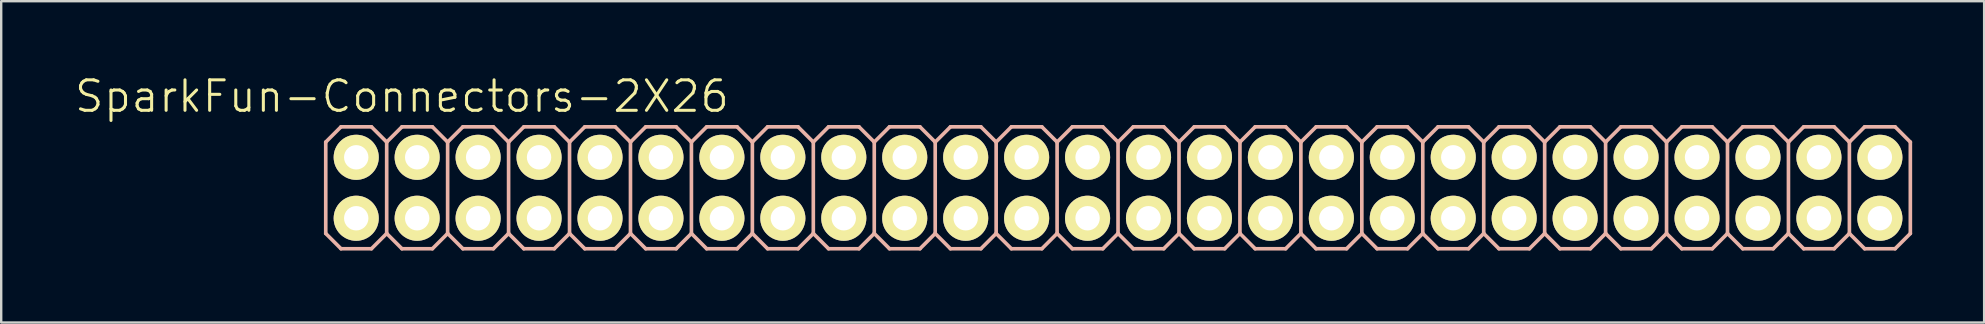
<source format=kicad_pcb>
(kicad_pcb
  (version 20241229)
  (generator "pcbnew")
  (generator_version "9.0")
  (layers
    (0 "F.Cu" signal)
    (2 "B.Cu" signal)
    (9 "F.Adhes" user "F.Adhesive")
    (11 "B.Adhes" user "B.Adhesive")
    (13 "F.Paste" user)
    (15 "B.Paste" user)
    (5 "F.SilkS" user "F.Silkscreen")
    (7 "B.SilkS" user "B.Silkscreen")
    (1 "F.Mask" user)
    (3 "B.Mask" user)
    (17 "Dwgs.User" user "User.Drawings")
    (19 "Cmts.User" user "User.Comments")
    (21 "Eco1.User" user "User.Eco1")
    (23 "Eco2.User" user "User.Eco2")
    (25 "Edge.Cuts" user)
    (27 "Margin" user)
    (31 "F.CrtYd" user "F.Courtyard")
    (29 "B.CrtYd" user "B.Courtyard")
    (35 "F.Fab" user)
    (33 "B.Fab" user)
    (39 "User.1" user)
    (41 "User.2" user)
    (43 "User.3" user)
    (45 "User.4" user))
  (footprint "SparkFun-Connectors-2X26"
    (layer "F.Cu")
    (at 23.226 4.776)
    (property "Reference" "SparkFun-Connectors-2X26" (at -9.525 -3.81 0) (layer "F.SilkS") (effects (font (size 1.27 1.27) (thickness 0.127))))
    (attr exclude_from_pos_files exclude_from_bom)
    (fp_line (start -11.684 -1.524) (end -11.176 -1.524) (stroke (width 0.066) (type solid)) (layer "F.SilkS"))
    (fp_line (start -11.684 -1.016) (end -11.684 -1.524) (stroke (width 0.066) (type solid)) (layer "F.SilkS"))
    (fp_line (start -11.684 -1.016) (end -11.176 -1.016) (stroke (width 0.066) (type solid)) (layer "F.SilkS"))
    (fp_line (start -11.684 1.016) (end -11.176 1.016) (stroke (width 0.066) (type solid)) (layer "F.SilkS"))
    (fp_line (start -11.684 1.524) (end -11.684 1.016) (stroke (width 0.066) (type solid)) (layer "F.SilkS"))
    (fp_line (start -11.684 1.524) (end -11.176 1.524) (stroke (width 0.066) (type solid)) (layer "F.SilkS"))
    (fp_line (start -11.176 -1.016) (end -11.176 -1.524) (stroke (width 0.066) (type solid)) (layer "F.SilkS"))
    (fp_line (start -11.176 1.524) (end -11.176 1.016) (stroke (width 0.066) (type solid)) (layer "F.SilkS"))
    (fp_line (start -9.144 -1.524) (end -8.636 -1.524) (stroke (width 0.066) (type solid)) (layer "F.SilkS"))
    (fp_line (start -9.144 -1.016) (end -9.144 -1.524) (stroke (width 0.066) (type solid)) (layer "F.SilkS"))
    (fp_line (start -9.144 -1.016) (end -8.636 -1.016) (stroke (width 0.066) (type solid)) (layer "F.SilkS"))
    (fp_line (start -9.144 1.016) (end -8.636 1.016) (stroke (width 0.066) (type solid)) (layer "F.SilkS"))
    (fp_line (start -9.144 1.524) (end -9.144 1.016) (stroke (width 0.066) (type solid)) (layer "F.SilkS"))
    (fp_line (start -9.144 1.524) (end -8.636 1.524) (stroke (width 0.066) (type solid)) (layer "F.SilkS"))
    (fp_line (start -8.636 -1.016) (end -8.636 -1.524) (stroke (width 0.066) (type solid)) (layer "F.SilkS"))
    (fp_line (start -8.636 1.524) (end -8.636 1.016) (stroke (width 0.066) (type solid)) (layer "F.SilkS"))
    (fp_line (start -6.604 -1.524) (end -6.096 -1.524) (stroke (width 0.066) (type solid)) (layer "F.SilkS"))
    (fp_line (start -6.604 -1.016) (end -6.604 -1.524) (stroke (width 0.066) (type solid)) (layer "F.SilkS"))
    (fp_line (start -6.604 -1.016) (end -6.096 -1.016) (stroke (width 0.066) (type solid)) (layer "F.SilkS"))
    (fp_line (start -6.604 1.016) (end -6.096 1.016) (stroke (width 0.066) (type solid)) (layer "F.SilkS"))
    (fp_line (start -6.604 1.524) (end -6.604 1.016) (stroke (width 0.066) (type solid)) (layer "F.SilkS"))
    (fp_line (start -6.604 1.524) (end -6.096 1.524) (stroke (width 0.066) (type solid)) (layer "F.SilkS"))
    (fp_line (start -6.096 -1.016) (end -6.096 -1.524) (stroke (width 0.066) (type solid)) (layer "F.SilkS"))
    (fp_line (start -6.096 1.524) (end -6.096 1.016) (stroke (width 0.066) (type solid)) (layer "F.SilkS"))
    (fp_line (start -4.064 -1.524) (end -3.556 -1.524) (stroke (width 0.066) (type solid)) (layer "F.SilkS"))
    (fp_line (start -4.064 -1.016) (end -4.064 -1.524) (stroke (width 0.066) (type solid)) (layer "F.SilkS"))
    (fp_line (start -4.064 -1.016) (end -3.556 -1.016) (stroke (width 0.066) (type solid)) (layer "F.SilkS"))
    (fp_line (start -4.064 1.016) (end -3.556 1.016) (stroke (width 0.066) (type solid)) (layer "F.SilkS"))
    (fp_line (start -4.064 1.524) (end -4.064 1.016) (stroke (width 0.066) (type solid)) (layer "F.SilkS"))
    (fp_line (start -4.064 1.524) (end -3.556 1.524) (stroke (width 0.066) (type solid)) (layer "F.SilkS"))
    (fp_line (start -3.556 -1.016) (end -3.556 -1.524) (stroke (width 0.066) (type solid)) (layer "F.SilkS"))
    (fp_line (start -3.556 1.524) (end -3.556 1.016) (stroke (width 0.066) (type solid)) (layer "F.SilkS"))
    (fp_line (start -1.524 -1.524) (end -1.016 -1.524) (stroke (width 0.066) (type solid)) (layer "F.SilkS"))
    (fp_line (start -1.524 -1.016) (end -1.524 -1.524) (stroke (width 0.066) (type solid)) (layer "F.SilkS"))
    (fp_line (start -1.524 -1.016) (end -1.016 -1.016) (stroke (width 0.066) (type solid)) (layer "F.SilkS"))
    (fp_line (start -1.524 1.016) (end -1.016 1.016) (stroke (width 0.066) (type solid)) (layer "F.SilkS"))
    (fp_line (start -1.524 1.524) (end -1.524 1.016) (stroke (width 0.066) (type solid)) (layer "F.SilkS"))
    (fp_line (start -1.524 1.524) (end -1.016 1.524) (stroke (width 0.066) (type solid)) (layer "F.SilkS"))
    (fp_line (start -1.016 -1.016) (end -1.016 -1.524) (stroke (width 0.066) (type solid)) (layer "F.SilkS"))
    (fp_line (start -1.016 1.524) (end -1.016 1.016) (stroke (width 0.066) (type solid)) (layer "F.SilkS"))
    (fp_line (start 1.016 -1.524) (end 1.524 -1.524) (stroke (width 0.066) (type solid)) (layer "F.SilkS"))
    (fp_line (start 1.016 -1.016) (end 1.016 -1.524) (stroke (width 0.066) (type solid)) (layer "F.SilkS"))
    (fp_line (start 1.016 -1.016) (end 1.524 -1.016) (stroke (width 0.066) (type solid)) (layer "F.SilkS"))
    (fp_line (start 1.016 1.016) (end 1.524 1.016) (stroke (width 0.066) (type solid)) (layer "F.SilkS"))
    (fp_line (start 1.016 1.524) (end 1.016 1.016) (stroke (width 0.066) (type solid)) (layer "F.SilkS"))
    (fp_line (start 1.016 1.524) (end 1.524 1.524) (stroke (width 0.066) (type solid)) (layer "F.SilkS"))
    (fp_line (start 1.524 -1.016) (end 1.524 -1.524) (stroke (width 0.066) (type solid)) (layer "F.SilkS"))
    (fp_line (start 1.524 1.524) (end 1.524 1.016) (stroke (width 0.066) (type solid)) (layer "F.SilkS"))
    (fp_line (start 3.556 -1.524) (end 4.064 -1.524) (stroke (width 0.066) (type solid)) (layer "F.SilkS"))
    (fp_line (start 3.556 -1.016) (end 3.556 -1.524) (stroke (width 0.066) (type solid)) (layer "F.SilkS"))
    (fp_line (start 3.556 -1.016) (end 4.064 -1.016) (stroke (width 0.066) (type solid)) (layer "F.SilkS"))
    (fp_line (start 3.556 1.016) (end 4.064 1.016) (stroke (width 0.066) (type solid)) (layer "F.SilkS"))
    (fp_line (start 3.556 1.524) (end 3.556 1.016) (stroke (width 0.066) (type solid)) (layer "F.SilkS"))
    (fp_line (start 3.556 1.524) (end 4.064 1.524) (stroke (width 0.066) (type solid)) (layer "F.SilkS"))
    (fp_line (start 4.064 -1.016) (end 4.064 -1.524) (stroke (width 0.066) (type solid)) (layer "F.SilkS"))
    (fp_line (start 4.064 1.524) (end 4.064 1.016) (stroke (width 0.066) (type solid)) (layer "F.SilkS"))
    (fp_line (start 6.096 -1.524) (end 6.604 -1.524) (stroke (width 0.066) (type solid)) (layer "F.SilkS"))
    (fp_line (start 6.096 -1.016) (end 6.096 -1.524) (stroke (width 0.066) (type solid)) (layer "F.SilkS"))
    (fp_line (start 6.096 -1.016) (end 6.604 -1.016) (stroke (width 0.066) (type solid)) (layer "F.SilkS"))
    (fp_line (start 6.096 1.016) (end 6.604 1.016) (stroke (width 0.066) (type solid)) (layer "F.SilkS"))
    (fp_line (start 6.096 1.524) (end 6.096 1.016) (stroke (width 0.066) (type solid)) (layer "F.SilkS"))
    (fp_line (start 6.096 1.524) (end 6.604 1.524) (stroke (width 0.066) (type solid)) (layer "F.SilkS"))
    (fp_line (start 6.604 -1.016) (end 6.604 -1.524) (stroke (width 0.066) (type solid)) (layer "F.SilkS"))
    (fp_line (start 6.604 1.524) (end 6.604 1.016) (stroke (width 0.066) (type solid)) (layer "F.SilkS"))
    (fp_line (start 8.636 -1.524) (end 9.144 -1.524) (stroke (width 0.066) (type solid)) (layer "F.SilkS"))
    (fp_line (start 8.636 -1.016) (end 8.636 -1.524) (stroke (width 0.066) (type solid)) (layer "F.SilkS"))
    (fp_line (start 8.636 -1.016) (end 9.144 -1.016) (stroke (width 0.066) (type solid)) (layer "F.SilkS"))
    (fp_line (start 8.636 1.016) (end 9.144 1.016) (stroke (width 0.066) (type solid)) (layer "F.SilkS"))
    (fp_line (start 8.636 1.524) (end 8.636 1.016) (stroke (width 0.066) (type solid)) (layer "F.SilkS"))
    (fp_line (start 8.636 1.524) (end 9.144 1.524) (stroke (width 0.066) (type solid)) (layer "F.SilkS"))
    (fp_line (start 9.144 -1.016) (end 9.144 -1.524) (stroke (width 0.066) (type solid)) (layer "F.SilkS"))
    (fp_line (start 9.144 1.524) (end 9.144 1.016) (stroke (width 0.066) (type solid)) (layer "F.SilkS"))
    (fp_line (start 11.176 -1.524) (end 11.684 -1.524) (stroke (width 0.066) (type solid)) (layer "F.SilkS"))
    (fp_line (start 11.176 -1.016) (end 11.176 -1.524) (stroke (width 0.066) (type solid)) (layer "F.SilkS"))
    (fp_line (start 11.176 -1.016) (end 11.684 -1.016) (stroke (width 0.066) (type solid)) (layer "F.SilkS"))
    (fp_line (start 11.176 1.016) (end 11.684 1.016) (stroke (width 0.066) (type solid)) (layer "F.SilkS"))
    (fp_line (start 11.176 1.524) (end 11.176 1.016) (stroke (width 0.066) (type solid)) (layer "F.SilkS"))
    (fp_line (start 11.176 1.524) (end 11.684 1.524) (stroke (width 0.066) (type solid)) (layer "F.SilkS"))
    (fp_line (start 11.684 -1.016) (end 11.684 -1.524) (stroke (width 0.066) (type solid)) (layer "F.SilkS"))
    (fp_line (start 11.684 1.524) (end 11.684 1.016) (stroke (width 0.066) (type solid)) (layer "F.SilkS"))
    (fp_line (start 13.716 -1.524) (end 14.224 -1.524) (stroke (width 0.066) (type solid)) (layer "F.SilkS"))
    (fp_line (start 13.716 -1.016) (end 13.716 -1.524) (stroke (width 0.066) (type solid)) (layer "F.SilkS"))
    (fp_line (start 13.716 -1.016) (end 14.224 -1.016) (stroke (width 0.066) (type solid)) (layer "F.SilkS"))
    (fp_line (start 13.716 1.016) (end 14.224 1.016) (stroke (width 0.066) (type solid)) (layer "F.SilkS"))
    (fp_line (start 13.716 1.524) (end 13.716 1.016) (stroke (width 0.066) (type solid)) (layer "F.SilkS"))
    (fp_line (start 13.716 1.524) (end 14.224 1.524) (stroke (width 0.066) (type solid)) (layer "F.SilkS"))
    (fp_line (start 14.224 -1.016) (end 14.224 -1.524) (stroke (width 0.066) (type solid)) (layer "F.SilkS"))
    (fp_line (start 14.224 1.524) (end 14.224 1.016) (stroke (width 0.066) (type solid)) (layer "F.SilkS"))
    (fp_line (start 16.256 -1.524) (end 16.764 -1.524) (stroke (width 0.066) (type solid)) (layer "F.SilkS"))
    (fp_line (start 16.256 -1.016) (end 16.256 -1.524) (stroke (width 0.066) (type solid)) (layer "F.SilkS"))
    (fp_line (start 16.256 -1.016) (end 16.764 -1.016) (stroke (width 0.066) (type solid)) (layer "F.SilkS"))
    (fp_line (start 16.256 1.016) (end 16.764 1.016) (stroke (width 0.066) (type solid)) (layer "F.SilkS"))
    (fp_line (start 16.256 1.524) (end 16.256 1.016) (stroke (width 0.066) (type solid)) (layer "F.SilkS"))
    (fp_line (start 16.256 1.524) (end 16.764 1.524) (stroke (width 0.066) (type solid)) (layer "F.SilkS"))
    (fp_line (start 16.764 -1.016) (end 16.764 -1.524) (stroke (width 0.066) (type solid)) (layer "F.SilkS"))
    (fp_line (start 16.764 1.524) (end 16.764 1.016) (stroke (width 0.066) (type solid)) (layer "F.SilkS"))
    (fp_line (start 18.796 -1.524) (end 19.304 -1.524) (stroke (width 0.066) (type solid)) (layer "F.SilkS"))
    (fp_line (start 18.796 -1.016) (end 18.796 -1.524) (stroke (width 0.066) (type solid)) (layer "F.SilkS"))
    (fp_line (start 18.796 -1.016) (end 19.304 -1.016) (stroke (width 0.066) (type solid)) (layer "F.SilkS"))
    (fp_line (start 18.796 1.016) (end 19.304 1.016) (stroke (width 0.066) (type solid)) (layer "F.SilkS"))
    (fp_line (start 18.796 1.524) (end 18.796 1.016) (stroke (width 0.066) (type solid)) (layer "F.SilkS"))
    (fp_line (start 18.796 1.524) (end 19.304 1.524) (stroke (width 0.066) (type solid)) (layer "F.SilkS"))
    (fp_line (start 19.304 -1.016) (end 19.304 -1.524) (stroke (width 0.066) (type solid)) (layer "F.SilkS"))
    (fp_line (start 19.304 1.524) (end 19.304 1.016) (stroke (width 0.066) (type solid)) (layer "F.SilkS"))
    (fp_line (start 21.336 -1.524) (end 21.844 -1.524) (stroke (width 0.066) (type solid)) (layer "F.SilkS"))
    (fp_line (start 21.336 -1.016) (end 21.336 -1.524) (stroke (width 0.066) (type solid)) (layer "F.SilkS"))
    (fp_line (start 21.336 -1.016) (end 21.844 -1.016) (stroke (width 0.066) (type solid)) (layer "F.SilkS"))
    (fp_line (start 21.336 1.016) (end 21.844 1.016) (stroke (width 0.066) (type solid)) (layer "F.SilkS"))
    (fp_line (start 21.336 1.524) (end 21.336 1.016) (stroke (width 0.066) (type solid)) (layer "F.SilkS"))
    (fp_line (start 21.336 1.524) (end 21.844 1.524) (stroke (width 0.066) (type solid)) (layer "F.SilkS"))
    (fp_line (start 21.844 -1.016) (end 21.844 -1.524) (stroke (width 0.066) (type solid)) (layer "F.SilkS"))
    (fp_line (start 21.844 1.524) (end 21.844 1.016) (stroke (width 0.066) (type solid)) (layer "F.SilkS"))
    (fp_line (start 23.876 -1.524) (end 24.384 -1.524) (stroke (width 0.066) (type solid)) (layer "F.SilkS"))
    (fp_line (start 23.876 -1.016) (end 23.876 -1.524) (stroke (width 0.066) (type solid)) (layer "F.SilkS"))
    (fp_line (start 23.876 -1.016) (end 24.384 -1.016) (stroke (width 0.066) (type solid)) (layer "F.SilkS"))
    (fp_line (start 23.876 1.016) (end 24.384 1.016) (stroke (width 0.066) (type solid)) (layer "F.SilkS"))
    (fp_line (start 23.876 1.524) (end 23.876 1.016) (stroke (width 0.066) (type solid)) (layer "F.SilkS"))
    (fp_line (start 23.876 1.524) (end 24.384 1.524) (stroke (width 0.066) (type solid)) (layer "F.SilkS"))
    (fp_line (start 24.384 -1.016) (end 24.384 -1.524) (stroke (width 0.066) (type solid)) (layer "F.SilkS"))
    (fp_line (start 24.384 1.524) (end 24.384 1.016) (stroke (width 0.066) (type solid)) (layer "F.SilkS"))
    (fp_line (start 26.416 -1.524) (end 26.924 -1.524) (stroke (width 0.066) (type solid)) (layer "F.SilkS"))
    (fp_line (start 26.416 -1.016) (end 26.416 -1.524) (stroke (width 0.066) (type solid)) (layer "F.SilkS"))
    (fp_line (start 26.416 -1.016) (end 26.924 -1.016) (stroke (width 0.066) (type solid)) (layer "F.SilkS"))
    (fp_line (start 26.416 1.016) (end 26.924 1.016) (stroke (width 0.066) (type solid)) (layer "F.SilkS"))
    (fp_line (start 26.416 1.524) (end 26.416 1.016) (stroke (width 0.066) (type solid)) (layer "F.SilkS"))
    (fp_line (start 26.416 1.524) (end 26.924 1.524) (stroke (width 0.066) (type solid)) (layer "F.SilkS"))
    (fp_line (start 26.924 -1.016) (end 26.924 -1.524) (stroke (width 0.066) (type solid)) (layer "F.SilkS"))
    (fp_line (start 26.924 1.524) (end 26.924 1.016) (stroke (width 0.066) (type solid)) (layer "F.SilkS"))
    (fp_line (start 28.953 -1.524) (end 29.464 -1.524) (stroke (width 0.066) (type solid)) (layer "F.SilkS"))
    (fp_line (start 28.953 -1.016) (end 28.953 -1.524) (stroke (width 0.066) (type solid)) (layer "F.SilkS"))
    (fp_line (start 28.953 -1.016) (end 29.464 -1.016) (stroke (width 0.066) (type solid)) (layer "F.SilkS"))
    (fp_line (start 28.953 1.016) (end 29.464 1.016) (stroke (width 0.066) (type solid)) (layer "F.SilkS"))
    (fp_line (start 28.953 1.524) (end 28.953 1.016) (stroke (width 0.066) (type solid)) (layer "F.SilkS"))
    (fp_line (start 28.953 1.524) (end 29.464 1.524) (stroke (width 0.066) (type solid)) (layer "F.SilkS"))
    (fp_line (start 29.464 -1.016) (end 29.464 -1.524) (stroke (width 0.066) (type solid)) (layer "F.SilkS"))
    (fp_line (start 29.464 1.524) (end 29.464 1.016) (stroke (width 0.066) (type solid)) (layer "F.SilkS"))
    (fp_line (start 31.496 -1.524) (end 32.004 -1.524) (stroke (width 0.066) (type solid)) (layer "F.SilkS"))
    (fp_line (start 31.496 -1.016) (end 31.496 -1.524) (stroke (width 0.066) (type solid)) (layer "F.SilkS"))
    (fp_line (start 31.496 -1.016) (end 32.004 -1.016) (stroke (width 0.066) (type solid)) (layer "F.SilkS"))
    (fp_line (start 31.496 1.016) (end 32.004 1.016) (stroke (width 0.066) (type solid)) (layer "F.SilkS"))
    (fp_line (start 31.496 1.524) (end 31.496 1.016) (stroke (width 0.066) (type solid)) (layer "F.SilkS"))
    (fp_line (start 31.496 1.524) (end 32.004 1.524) (stroke (width 0.066) (type solid)) (layer "F.SilkS"))
    (fp_line (start 32.004 -1.016) (end 32.004 -1.524) (stroke (width 0.066) (type solid)) (layer "F.SilkS"))
    (fp_line (start 32.004 1.524) (end 32.004 1.016) (stroke (width 0.066) (type solid)) (layer "F.SilkS"))
    (fp_line (start 34.036 -1.524) (end 34.544 -1.524) (stroke (width 0.066) (type solid)) (layer "F.SilkS"))
    (fp_line (start 34.036 -1.016) (end 34.036 -1.524) (stroke (width 0.066) (type solid)) (layer "F.SilkS"))
    (fp_line (start 34.036 -1.016) (end 34.544 -1.016) (stroke (width 0.066) (type solid)) (layer "F.SilkS"))
    (fp_line (start 34.036 1.016) (end 34.544 1.016) (stroke (width 0.066) (type solid)) (layer "F.SilkS"))
    (fp_line (start 34.036 1.524) (end 34.036 1.016) (stroke (width 0.066) (type solid)) (layer "F.SilkS"))
    (fp_line (start 34.036 1.524) (end 34.544 1.524) (stroke (width 0.066) (type solid)) (layer "F.SilkS"))
    (fp_line (start 34.544 -1.016) (end 34.544 -1.524) (stroke (width 0.066) (type solid)) (layer "F.SilkS"))
    (fp_line (start 34.544 1.524) (end 34.544 1.016) (stroke (width 0.066) (type solid)) (layer "F.SilkS"))
    (fp_line (start 36.576 -1.524) (end 37.084 -1.524) (stroke (width 0.066) (type solid)) (layer "F.SilkS"))
    (fp_line (start 36.576 -1.016) (end 36.576 -1.524) (stroke (width 0.066) (type solid)) (layer "F.SilkS"))
    (fp_line (start 36.576 -1.016) (end 37.084 -1.016) (stroke (width 0.066) (type solid)) (layer "F.SilkS"))
    (fp_line (start 36.576 1.016) (end 37.084 1.016) (stroke (width 0.066) (type solid)) (layer "F.SilkS"))
    (fp_line (start 36.576 1.524) (end 36.576 1.016) (stroke (width 0.066) (type solid)) (layer "F.SilkS"))
    (fp_line (start 36.576 1.524) (end 37.084 1.524) (stroke (width 0.066) (type solid)) (layer "F.SilkS"))
    (fp_line (start 37.084 -1.016) (end 37.084 -1.524) (stroke (width 0.066) (type solid)) (layer "F.SilkS"))
    (fp_line (start 37.084 1.524) (end 37.084 1.016) (stroke (width 0.066) (type solid)) (layer "F.SilkS"))
    (fp_line (start 39.116 -1.524) (end 39.624 -1.524) (stroke (width 0.066) (type solid)) (layer "F.SilkS"))
    (fp_line (start 39.116 -1.016) (end 39.116 -1.524) (stroke (width 0.066) (type solid)) (layer "F.SilkS"))
    (fp_line (start 39.116 -1.016) (end 39.624 -1.016) (stroke (width 0.066) (type solid)) (layer "F.SilkS"))
    (fp_line (start 39.116 1.016) (end 39.624 1.016) (stroke (width 0.066) (type solid)) (layer "F.SilkS"))
    (fp_line (start 39.116 1.524) (end 39.116 1.016) (stroke (width 0.066) (type solid)) (layer "F.SilkS"))
    (fp_line (start 39.116 1.524) (end 39.624 1.524) (stroke (width 0.066) (type solid)) (layer "F.SilkS"))
    (fp_line (start 39.624 -1.016) (end 39.624 -1.524) (stroke (width 0.066) (type solid)) (layer "F.SilkS"))
    (fp_line (start 39.624 1.524) (end 39.624 1.016) (stroke (width 0.066) (type solid)) (layer "F.SilkS"))
    (fp_line (start 41.656 -1.524) (end 42.164 -1.524) (stroke (width 0.066) (type solid)) (layer "F.SilkS"))
    (fp_line (start 41.656 -1.016) (end 41.656 -1.524) (stroke (width 0.066) (type solid)) (layer "F.SilkS"))
    (fp_line (start 41.656 -1.016) (end 42.164 -1.016) (stroke (width 0.066) (type solid)) (layer "F.SilkS"))
    (fp_line (start 41.656 1.016) (end 42.164 1.016) (stroke (width 0.066) (type solid)) (layer "F.SilkS"))
    (fp_line (start 41.656 1.524) (end 41.656 1.016) (stroke (width 0.066) (type solid)) (layer "F.SilkS"))
    (fp_line (start 41.656 1.524) (end 42.164 1.524) (stroke (width 0.066) (type solid)) (layer "F.SilkS"))
    (fp_line (start 42.164 -1.016) (end 42.164 -1.524) (stroke (width 0.066) (type solid)) (layer "F.SilkS"))
    (fp_line (start 42.164 1.524) (end 42.164 1.016) (stroke (width 0.066) (type solid)) (layer "F.SilkS"))
    (fp_line (start 44.196 -1.524) (end 44.704 -1.524) (stroke (width 0.066) (type solid)) (layer "F.SilkS"))
    (fp_line (start 44.196 -1.016) (end 44.196 -1.524) (stroke (width 0.066) (type solid)) (layer "F.SilkS"))
    (fp_line (start 44.196 -1.016) (end 44.704 -1.016) (stroke (width 0.066) (type solid)) (layer "F.SilkS"))
    (fp_line (start 44.196 1.016) (end 44.704 1.016) (stroke (width 0.066) (type solid)) (layer "F.SilkS"))
    (fp_line (start 44.196 1.524) (end 44.196 1.016) (stroke (width 0.066) (type solid)) (layer "F.SilkS"))
    (fp_line (start 44.196 1.524) (end 44.704 1.524) (stroke (width 0.066) (type solid)) (layer "F.SilkS"))
    (fp_line (start 44.704 -1.016) (end 44.704 -1.524) (stroke (width 0.066) (type solid)) (layer "F.SilkS"))
    (fp_line (start 44.704 1.524) (end 44.704 1.016) (stroke (width 0.066) (type solid)) (layer "F.SilkS"))
    (fp_line (start 46.736 -1.524) (end 47.244 -1.524) (stroke (width 0.066) (type solid)) (layer "F.SilkS"))
    (fp_line (start 46.736 -1.016) (end 46.736 -1.524) (stroke (width 0.066) (type solid)) (layer "F.SilkS"))
    (fp_line (start 46.736 -1.016) (end 47.244 -1.016) (stroke (width 0.066) (type solid)) (layer "F.SilkS"))
    (fp_line (start 46.736 1.016) (end 47.244 1.016) (stroke (width 0.066) (type solid)) (layer "F.SilkS"))
    (fp_line (start 46.736 1.524) (end 46.736 1.016) (stroke (width 0.066) (type solid)) (layer "F.SilkS"))
    (fp_line (start 46.736 1.524) (end 47.244 1.524) (stroke (width 0.066) (type solid)) (layer "F.SilkS"))
    (fp_line (start 47.244 -1.016) (end 47.244 -1.524) (stroke (width 0.066) (type solid)) (layer "F.SilkS"))
    (fp_line (start 47.244 1.524) (end 47.244 1.016) (stroke (width 0.066) (type solid)) (layer "F.SilkS"))
    (fp_line (start 49.276 -1.524) (end 49.784 -1.524) (stroke (width 0.066) (type solid)) (layer "F.SilkS"))
    (fp_line (start 49.276 -1.016) (end 49.276 -1.524) (stroke (width 0.066) (type solid)) (layer "F.SilkS"))
    (fp_line (start 49.276 -1.016) (end 49.784 -1.016) (stroke (width 0.066) (type solid)) (layer "F.SilkS"))
    (fp_line (start 49.276 1.016) (end 49.784 1.016) (stroke (width 0.066) (type solid)) (layer "F.SilkS"))
    (fp_line (start 49.276 1.524) (end 49.276 1.016) (stroke (width 0.066) (type solid)) (layer "F.SilkS"))
    (fp_line (start 49.276 1.524) (end 49.784 1.524) (stroke (width 0.066) (type solid)) (layer "F.SilkS"))
    (fp_line (start 49.784 -1.016) (end 49.784 -1.524) (stroke (width 0.066) (type solid)) (layer "F.SilkS"))
    (fp_line (start 49.784 1.524) (end 49.784 1.016) (stroke (width 0.066) (type solid)) (layer "F.SilkS"))
    (fp_line (start 51.816 -1.524) (end 52.324 -1.524) (stroke (width 0.066) (type solid)) (layer "F.SilkS"))
    (fp_line (start 51.816 -1.016) (end 51.816 -1.524) (stroke (width 0.066) (type solid)) (layer "F.SilkS"))
    (fp_line (start 51.816 -1.016) (end 52.324 -1.016) (stroke (width 0.066) (type solid)) (layer "F.SilkS"))
    (fp_line (start 51.816 1.016) (end 52.324 1.016) (stroke (width 0.066) (type solid)) (layer "F.SilkS"))
    (fp_line (start 51.816 1.524) (end 51.816 1.016) (stroke (width 0.066) (type solid)) (layer "F.SilkS"))
    (fp_line (start 51.816 1.524) (end 52.324 1.524) (stroke (width 0.066) (type solid)) (layer "F.SilkS"))
    (fp_line (start 52.324 -1.016) (end 52.324 -1.524) (stroke (width 0.066) (type solid)) (layer "F.SilkS"))
    (fp_line (start 52.324 1.524) (end 52.324 1.016) (stroke (width 0.066) (type solid)) (layer "F.SilkS"))
    (fp_line (start -12.7 -1.905) (end -12.065 -2.54) (stroke (width 0.152) (type solid)) (layer "B.SilkS"))
    (fp_line (start -12.7 1.905) (end -12.7 -1.905) (stroke (width 0.152) (type solid)) (layer "B.SilkS"))
    (fp_line (start -12.7 1.905) (end -12.065 2.54) (stroke (width 0.152) (type solid)) (layer "B.SilkS"))
    (fp_line (start -12.065 -2.54) (end -10.795 -2.54) (stroke (width 0.152) (type solid)) (layer "B.SilkS"))
    (fp_line (start -12.065 2.54) (end -10.795 2.54) (stroke (width 0.152) (type solid)) (layer "B.SilkS"))
    (fp_line (start -10.795 -2.54) (end -10.16 -1.905) (stroke (width 0.152) (type solid)) (layer "B.SilkS"))
    (fp_line (start -10.795 2.54) (end -10.16 1.905) (stroke (width 0.152) (type solid)) (layer "B.SilkS"))
    (fp_line (start -10.16 -1.905) (end -10.16 1.905) (stroke (width 0.152) (type solid)) (layer "B.SilkS"))
    (fp_line (start -10.16 -1.905) (end -9.525 -2.54) (stroke (width 0.152) (type solid)) (layer "B.SilkS"))
    (fp_line (start -10.16 1.905) (end -9.525 2.54) (stroke (width 0.152) (type solid)) (layer "B.SilkS"))
    (fp_line (start -9.525 -2.54) (end -8.255 -2.54) (stroke (width 0.152) (type solid)) (layer "B.SilkS"))
    (fp_line (start -9.525 2.54) (end -8.255 2.54) (stroke (width 0.152) (type solid)) (layer "B.SilkS"))
    (fp_line (start -8.255 -2.54) (end -7.62 -1.905) (stroke (width 0.152) (type solid)) (layer "B.SilkS"))
    (fp_line (start -8.255 2.54) (end -7.62 1.905) (stroke (width 0.152) (type solid)) (layer "B.SilkS"))
    (fp_line (start -7.62 -1.905) (end -7.62 1.905) (stroke (width 0.152) (type solid)) (layer "B.SilkS"))
    (fp_line (start -7.62 -1.905) (end -6.985 -2.54) (stroke (width 0.152) (type solid)) (layer "B.SilkS"))
    (fp_line (start -7.62 1.905) (end -6.985 2.54) (stroke (width 0.152) (type solid)) (layer "B.SilkS"))
    (fp_line (start -6.985 -2.54) (end -5.715 -2.54) (stroke (width 0.152) (type solid)) (layer "B.SilkS"))
    (fp_line (start -6.985 2.54) (end -5.715 2.54) (stroke (width 0.152) (type solid)) (layer "B.SilkS"))
    (fp_line (start -5.715 -2.54) (end -5.08 -1.905) (stroke (width 0.152) (type solid)) (layer "B.SilkS"))
    (fp_line (start -5.715 2.54) (end -5.08 1.905) (stroke (width 0.152) (type solid)) (layer "B.SilkS"))
    (fp_line (start -5.08 -1.905) (end -5.08 1.905) (stroke (width 0.152) (type solid)) (layer "B.SilkS"))
    (fp_line (start -5.08 -1.905) (end -4.445 -2.54) (stroke (width 0.152) (type solid)) (layer "B.SilkS"))
    (fp_line (start -5.08 1.905) (end -4.445 2.54) (stroke (width 0.152) (type solid)) (layer "B.SilkS"))
    (fp_line (start -4.445 -2.54) (end -3.175 -2.54) (stroke (width 0.152) (type solid)) (layer "B.SilkS"))
    (fp_line (start -4.445 2.54) (end -3.175 2.54) (stroke (width 0.152) (type solid)) (layer "B.SilkS"))
    (fp_line (start -3.175 -2.54) (end -2.54 -1.905) (stroke (width 0.152) (type solid)) (layer "B.SilkS"))
    (fp_line (start -3.175 2.54) (end -2.54 1.905) (stroke (width 0.152) (type solid)) (layer "B.SilkS"))
    (fp_line (start -2.54 -1.905) (end -2.54 1.905) (stroke (width 0.152) (type solid)) (layer "B.SilkS"))
    (fp_line (start -2.54 -1.905) (end -1.905 -2.54) (stroke (width 0.152) (type solid)) (layer "B.SilkS"))
    (fp_line (start -2.54 1.905) (end -1.905 2.54) (stroke (width 0.152) (type solid)) (layer "B.SilkS"))
    (fp_line (start -1.905 -2.54) (end -0.635 -2.54) (stroke (width 0.152) (type solid)) (layer "B.SilkS"))
    (fp_line (start -1.905 2.54) (end -0.635 2.54) (stroke (width 0.152) (type solid)) (layer "B.SilkS"))
    (fp_line (start -0.635 -2.54) (end 0 -1.905) (stroke (width 0.152) (type solid)) (layer "B.SilkS"))
    (fp_line (start -0.635 2.54) (end 0 1.905) (stroke (width 0.152) (type solid)) (layer "B.SilkS"))
    (fp_line (start 0 -1.905) (end 0 1.905) (stroke (width 0.152) (type solid)) (layer "B.SilkS"))
    (fp_line (start 0 -1.905) (end 0.635 -2.54) (stroke (width 0.152) (type solid)) (layer "B.SilkS"))
    (fp_line (start 0 1.905) (end 0.635 2.54) (stroke (width 0.152) (type solid)) (layer "B.SilkS"))
    (fp_line (start 0.635 -2.54) (end 1.905 -2.54) (stroke (width 0.152) (type solid)) (layer "B.SilkS"))
    (fp_line (start 0.635 2.54) (end 1.905 2.54) (stroke (width 0.152) (type solid)) (layer "B.SilkS"))
    (fp_line (start 1.905 -2.54) (end 2.54 -1.905) (stroke (width 0.152) (type solid)) (layer "B.SilkS"))
    (fp_line (start 1.905 2.54) (end 2.54 1.905) (stroke (width 0.152) (type solid)) (layer "B.SilkS"))
    (fp_line (start 2.54 -1.905) (end 2.54 1.905) (stroke (width 0.152) (type solid)) (layer "B.SilkS"))
    (fp_line (start 2.54 -1.905) (end 3.175 -2.54) (stroke (width 0.152) (type solid)) (layer "B.SilkS"))
    (fp_line (start 2.54 1.905) (end 3.175 2.54) (stroke (width 0.152) (type solid)) (layer "B.SilkS"))
    (fp_line (start 3.175 -2.54) (end 4.445 -2.54) (stroke (width 0.152) (type solid)) (layer "B.SilkS"))
    (fp_line (start 3.175 2.54) (end 4.445 2.54) (stroke (width 0.152) (type solid)) (layer "B.SilkS"))
    (fp_line (start 4.445 -2.54) (end 5.08 -1.905) (stroke (width 0.152) (type solid)) (layer "B.SilkS"))
    (fp_line (start 5.08 -1.905) (end 5.08 1.905) (stroke (width 0.152) (type solid)) (layer "B.SilkS"))
    (fp_line (start 5.08 -1.905) (end 5.715 -2.54) (stroke (width 0.152) (type solid)) (layer "B.SilkS"))
    (fp_line (start 5.08 1.905) (end 4.445 2.54) (stroke (width 0.152) (type solid)) (layer "B.SilkS"))
    (fp_line (start 5.08 1.905) (end 5.715 2.54) (stroke (width 0.152) (type solid)) (layer "B.SilkS"))
    (fp_line (start 5.715 -2.54) (end 6.985 -2.54) (stroke (width 0.152) (type solid)) (layer "B.SilkS"))
    (fp_line (start 5.715 2.54) (end 6.985 2.54) (stroke (width 0.152) (type solid)) (layer "B.SilkS"))
    (fp_line (start 6.985 -2.54) (end 7.62 -1.905) (stroke (width 0.152) (type solid)) (layer "B.SilkS"))
    (fp_line (start 7.62 -1.905) (end 7.62 1.905) (stroke (width 0.152) (type solid)) (layer "B.SilkS"))
    (fp_line (start 7.62 -1.905) (end 8.255 -2.54) (stroke (width 0.152) (type solid)) (layer "B.SilkS"))
    (fp_line (start 7.62 1.905) (end 6.985 2.54) (stroke (width 0.152) (type solid)) (layer "B.SilkS"))
    (fp_line (start 7.62 1.905) (end 8.255 2.54) (stroke (width 0.152) (type solid)) (layer "B.SilkS"))
    (fp_line (start 8.255 -2.54) (end 9.525 -2.54) (stroke (width 0.152) (type solid)) (layer "B.SilkS"))
    (fp_line (start 8.255 2.54) (end 9.525 2.54) (stroke (width 0.152) (type solid)) (layer "B.SilkS"))
    (fp_line (start 9.525 -2.54) (end 10.16 -1.905) (stroke (width 0.152) (type solid)) (layer "B.SilkS"))
    (fp_line (start 10.16 -1.905) (end 10.16 1.905) (stroke (width 0.152) (type solid)) (layer "B.SilkS"))
    (fp_line (start 10.16 -1.905) (end 10.795 -2.54) (stroke (width 0.152) (type solid)) (layer "B.SilkS"))
    (fp_line (start 10.16 1.905) (end 9.525 2.54) (stroke (width 0.152) (type solid)) (layer "B.SilkS"))
    (fp_line (start 10.16 1.905) (end 10.795 2.54) (stroke (width 0.152) (type solid)) (layer "B.SilkS"))
    (fp_line (start 10.795 -2.54) (end 12.065 -2.54) (stroke (width 0.152) (type solid)) (layer "B.SilkS"))
    (fp_line (start 10.795 2.54) (end 12.065 2.54) (stroke (width 0.152) (type solid)) (layer "B.SilkS"))
    (fp_line (start 12.065 -2.54) (end 12.7 -1.905) (stroke (width 0.152) (type solid)) (layer "B.SilkS"))
    (fp_line (start 12.7 -1.905) (end 13.335 -2.54) (stroke (width 0.152) (type solid)) (layer "B.SilkS"))
    (fp_line (start 12.7 1.905) (end 12.065 2.54) (stroke (width 0.152) (type solid)) (layer "B.SilkS"))
    (fp_line (start 12.7 1.905) (end 12.7 -1.905) (stroke (width 0.152) (type solid)) (layer "B.SilkS"))
    (fp_line (start 12.7 1.905) (end 13.335 2.54) (stroke (width 0.152) (type solid)) (layer "B.SilkS"))
    (fp_line (start 13.335 -2.54) (end 14.605 -2.54) (stroke (width 0.152) (type solid)) (layer "B.SilkS"))
    (fp_line (start 13.335 2.54) (end 14.605 2.54) (stroke (width 0.152) (type solid)) (layer "B.SilkS"))
    (fp_line (start 14.605 -2.54) (end 15.24 -1.905) (stroke (width 0.152) (type solid)) (layer "B.SilkS"))
    (fp_line (start 14.605 2.54) (end 15.24 1.905) (stroke (width 0.152) (type solid)) (layer "B.SilkS"))
    (fp_line (start 15.24 -1.905) (end 15.24 1.905) (stroke (width 0.152) (type solid)) (layer "B.SilkS"))
    (fp_line (start 15.24 -1.905) (end 15.875 -2.54) (stroke (width 0.152) (type solid)) (layer "B.SilkS"))
    (fp_line (start 15.24 1.905) (end 15.875 2.54) (stroke (width 0.152) (type solid)) (layer "B.SilkS"))
    (fp_line (start 15.875 -2.54) (end 17.145 -2.54) (stroke (width 0.152) (type solid)) (layer "B.SilkS"))
    (fp_line (start 15.875 2.54) (end 17.145 2.54) (stroke (width 0.152) (type solid)) (layer "B.SilkS"))
    (fp_line (start 17.145 -2.54) (end 17.78 -1.905) (stroke (width 0.152) (type solid)) (layer "B.SilkS"))
    (fp_line (start 17.145 2.54) (end 17.78 1.905) (stroke (width 0.152) (type solid)) (layer "B.SilkS"))
    (fp_line (start 17.78 -1.905) (end 17.78 1.905) (stroke (width 0.152) (type solid)) (layer "B.SilkS"))
    (fp_line (start 17.78 -1.905) (end 18.415 -2.54) (stroke (width 0.152) (type solid)) (layer "B.SilkS"))
    (fp_line (start 17.78 1.905) (end 18.415 2.54) (stroke (width 0.152) (type solid)) (layer "B.SilkS"))
    (fp_line (start 18.415 -2.54) (end 19.685 -2.54) (stroke (width 0.152) (type solid)) (layer "B.SilkS"))
    (fp_line (start 18.415 2.54) (end 19.685 2.54) (stroke (width 0.152) (type solid)) (layer "B.SilkS"))
    (fp_line (start 19.685 -2.54) (end 20.32 -1.905) (stroke (width 0.152) (type solid)) (layer "B.SilkS"))
    (fp_line (start 19.685 2.54) (end 20.32 1.905) (stroke (width 0.152) (type solid)) (layer "B.SilkS"))
    (fp_line (start 20.32 -1.905) (end 20.32 1.905) (stroke (width 0.152) (type solid)) (layer "B.SilkS"))
    (fp_line (start 20.32 -1.905) (end 20.955 -2.54) (stroke (width 0.152) (type solid)) (layer "B.SilkS"))
    (fp_line (start 20.32 1.905) (end 20.955 2.54) (stroke (width 0.152) (type solid)) (layer "B.SilkS"))
    (fp_line (start 20.955 -2.54) (end 22.225 -2.54) (stroke (width 0.152) (type solid)) (layer "B.SilkS"))
    (fp_line (start 20.955 2.54) (end 22.225 2.54) (stroke (width 0.152) (type solid)) (layer "B.SilkS"))
    (fp_line (start 22.225 -2.54) (end 22.86 -1.905) (stroke (width 0.152) (type solid)) (layer "B.SilkS"))
    (fp_line (start 22.225 2.54) (end 22.86 1.905) (stroke (width 0.152) (type solid)) (layer "B.SilkS"))
    (fp_line (start 22.86 -1.905) (end 22.86 1.905) (stroke (width 0.152) (type solid)) (layer "B.SilkS"))
    (fp_line (start 22.86 -1.905) (end 23.495 -2.54) (stroke (width 0.152) (type solid)) (layer "B.SilkS"))
    (fp_line (start 22.86 1.905) (end 23.495 2.54) (stroke (width 0.152) (type solid)) (layer "B.SilkS"))
    (fp_line (start 23.495 -2.54) (end 24.765 -2.54) (stroke (width 0.152) (type solid)) (layer "B.SilkS"))
    (fp_line (start 23.495 2.54) (end 24.765 2.54) (stroke (width 0.152) (type solid)) (layer "B.SilkS"))
    (fp_line (start 24.765 -2.54) (end 25.4 -1.905) (stroke (width 0.152) (type solid)) (layer "B.SilkS"))
    (fp_line (start 24.765 2.54) (end 25.4 1.905) (stroke (width 0.152) (type solid)) (layer "B.SilkS"))
    (fp_line (start 25.4 -1.905) (end 25.4 1.905) (stroke (width 0.152) (type solid)) (layer "B.SilkS"))
    (fp_line (start 25.4 -1.905) (end 26.035 -2.54) (stroke (width 0.152) (type solid)) (layer "B.SilkS"))
    (fp_line (start 25.4 1.905) (end 26.035 2.54) (stroke (width 0.152) (type solid)) (layer "B.SilkS"))
    (fp_line (start 26.035 -2.54) (end 27.305 -2.54) (stroke (width 0.152) (type solid)) (layer "B.SilkS"))
    (fp_line (start 26.035 2.54) (end 27.305 2.54) (stroke (width 0.152) (type solid)) (layer "B.SilkS"))
    (fp_line (start 27.305 -2.54) (end 27.94 -1.905) (stroke (width 0.152) (type solid)) (layer "B.SilkS"))
    (fp_line (start 27.305 2.54) (end 27.94 1.905) (stroke (width 0.152) (type solid)) (layer "B.SilkS"))
    (fp_line (start 27.94 -1.905) (end 27.94 1.905) (stroke (width 0.152) (type solid)) (layer "B.SilkS"))
    (fp_line (start 27.94 -1.905) (end 28.575 -2.54) (stroke (width 0.152) (type solid)) (layer "B.SilkS"))
    (fp_line (start 27.94 1.905) (end 28.575 2.54) (stroke (width 0.152) (type solid)) (layer "B.SilkS"))
    (fp_line (start 28.575 -2.54) (end 29.845 -2.54) (stroke (width 0.152) (type solid)) (layer "B.SilkS"))
    (fp_line (start 28.575 2.54) (end 29.845 2.54) (stroke (width 0.152) (type solid)) (layer "B.SilkS"))
    (fp_line (start 29.845 -2.54) (end 30.48 -1.905) (stroke (width 0.152) (type solid)) (layer "B.SilkS"))
    (fp_line (start 30.48 -1.905) (end 30.48 1.905) (stroke (width 0.152) (type solid)) (layer "B.SilkS"))
    (fp_line (start 30.48 -1.905) (end 31.115 -2.54) (stroke (width 0.152) (type solid)) (layer "B.SilkS"))
    (fp_line (start 30.48 1.905) (end 29.845 2.54) (stroke (width 0.152) (type solid)) (layer "B.SilkS"))
    (fp_line (start 30.48 1.905) (end 31.115 2.54) (stroke (width 0.152) (type solid)) (layer "B.SilkS"))
    (fp_line (start 31.115 -2.54) (end 32.385 -2.54) (stroke (width 0.152) (type solid)) (layer "B.SilkS"))
    (fp_line (start 31.115 2.54) (end 32.385 2.54) (stroke (width 0.152) (type solid)) (layer "B.SilkS"))
    (fp_line (start 32.385 -2.54) (end 33.02 -1.905) (stroke (width 0.152) (type solid)) (layer "B.SilkS"))
    (fp_line (start 33.02 -1.905) (end 33.02 1.905) (stroke (width 0.152) (type solid)) (layer "B.SilkS"))
    (fp_line (start 33.02 -1.905) (end 33.655 -2.54) (stroke (width 0.152) (type solid)) (layer "B.SilkS"))
    (fp_line (start 33.02 1.905) (end 32.385 2.54) (stroke (width 0.152) (type solid)) (layer "B.SilkS"))
    (fp_line (start 33.02 1.905) (end 33.655 2.54) (stroke (width 0.152) (type solid)) (layer "B.SilkS"))
    (fp_line (start 33.655 -2.54) (end 34.925 -2.54) (stroke (width 0.152) (type solid)) (layer "B.SilkS"))
    (fp_line (start 33.655 2.54) (end 34.925 2.54) (stroke (width 0.152) (type solid)) (layer "B.SilkS"))
    (fp_line (start 34.925 -2.54) (end 35.56 -1.905) (stroke (width 0.152) (type solid)) (layer "B.SilkS"))
    (fp_line (start 35.56 -1.905) (end 35.56 1.905) (stroke (width 0.152) (type solid)) (layer "B.SilkS"))
    (fp_line (start 35.56 -1.905) (end 36.195 -2.54) (stroke (width 0.152) (type solid)) (layer "B.SilkS"))
    (fp_line (start 35.56 1.905) (end 34.925 2.54) (stroke (width 0.152) (type solid)) (layer "B.SilkS"))
    (fp_line (start 35.56 1.905) (end 36.195 2.54) (stroke (width 0.152) (type solid)) (layer "B.SilkS"))
    (fp_line (start 36.195 -2.54) (end 37.465 -2.54) (stroke (width 0.152) (type solid)) (layer "B.SilkS"))
    (fp_line (start 36.195 2.54) (end 37.465 2.54) (stroke (width 0.152) (type solid)) (layer "B.SilkS"))
    (fp_line (start 37.465 -2.54) (end 38.1 -1.905) (stroke (width 0.152) (type solid)) (layer "B.SilkS"))
    (fp_line (start 37.465 2.54) (end 38.1 1.905) (stroke (width 0.152) (type solid)) (layer "B.SilkS"))
    (fp_line (start 38.1 -1.905) (end 38.1 1.905) (stroke (width 0.152) (type solid)) (layer "B.SilkS"))
    (fp_line (start 38.1 -1.905) (end 38.735 -2.54) (stroke (width 0.152) (type solid)) (layer "B.SilkS"))
    (fp_line (start 38.1 1.905) (end 38.735 2.54) (stroke (width 0.152) (type solid)) (layer "B.SilkS"))
    (fp_line (start 38.735 -2.54) (end 40.005 -2.54) (stroke (width 0.152) (type solid)) (layer "B.SilkS"))
    (fp_line (start 38.735 2.54) (end 40.005 2.54) (stroke (width 0.152) (type solid)) (layer "B.SilkS"))
    (fp_line (start 40.005 -2.54) (end 40.64 -1.905) (stroke (width 0.152) (type solid)) (layer "B.SilkS"))
    (fp_line (start 40.005 2.54) (end 40.64 1.905) (stroke (width 0.152) (type solid)) (layer "B.SilkS"))
    (fp_line (start 40.64 -1.905) (end 40.64 1.905) (stroke (width 0.152) (type solid)) (layer "B.SilkS"))
    (fp_line (start 40.64 -1.905) (end 41.275 -2.54) (stroke (width 0.152) (type solid)) (layer "B.SilkS"))
    (fp_line (start 40.64 1.905) (end 41.275 2.54) (stroke (width 0.152) (type solid)) (layer "B.SilkS"))
    (fp_line (start 41.275 -2.54) (end 42.545 -2.54) (stroke (width 0.152) (type solid)) (layer "B.SilkS"))
    (fp_line (start 41.275 2.54) (end 42.545 2.54) (stroke (width 0.152) (type solid)) (layer "B.SilkS"))
    (fp_line (start 42.545 -2.54) (end 43.18 -1.905) (stroke (width 0.152) (type solid)) (layer "B.SilkS"))
    (fp_line (start 42.545 2.54) (end 43.18 1.905) (stroke (width 0.152) (type solid)) (layer "B.SilkS"))
    (fp_line (start 43.18 -1.905) (end 43.18 1.905) (stroke (width 0.152) (type solid)) (layer "B.SilkS"))
    (fp_line (start 43.18 -1.905) (end 43.815 -2.54) (stroke (width 0.152) (type solid)) (layer "B.SilkS"))
    (fp_line (start 43.18 1.905) (end 43.815 2.54) (stroke (width 0.152) (type solid)) (layer "B.SilkS"))
    (fp_line (start 43.815 -2.54) (end 45.085 -2.54) (stroke (width 0.152) (type solid)) (layer "B.SilkS"))
    (fp_line (start 43.815 2.54) (end 45.085 2.54) (stroke (width 0.152) (type solid)) (layer "B.SilkS"))
    (fp_line (start 45.085 -2.54) (end 45.72 -1.905) (stroke (width 0.152) (type solid)) (layer "B.SilkS"))
    (fp_line (start 45.72 -1.905) (end 45.72 1.905) (stroke (width 0.152) (type solid)) (layer "B.SilkS"))
    (fp_line (start 45.72 -1.905) (end 46.355 -2.54) (stroke (width 0.152) (type solid)) (layer "B.SilkS"))
    (fp_line (start 45.72 1.905) (end 45.085 2.54) (stroke (width 0.152) (type solid)) (layer "B.SilkS"))
    (fp_line (start 45.72 1.905) (end 46.355 2.54) (stroke (width 0.152) (type solid)) (layer "B.SilkS"))
    (fp_line (start 46.355 -2.54) (end 47.625 -2.54) (stroke (width 0.152) (type solid)) (layer "B.SilkS"))
    (fp_line (start 46.355 2.54) (end 47.625 2.54) (stroke (width 0.152) (type solid)) (layer "B.SilkS"))
    (fp_line (start 47.625 -2.54) (end 48.26 -1.905) (stroke (width 0.152) (type solid)) (layer "B.SilkS"))
    (fp_line (start 48.26 -1.905) (end 48.26 1.905) (stroke (width 0.152) (type solid)) (layer "B.SilkS"))
    (fp_line (start 48.26 -1.905) (end 48.895 -2.54) (stroke (width 0.152) (type solid)) (layer "B.SilkS"))
    (fp_line (start 48.26 1.905) (end 47.625 2.54) (stroke (width 0.152) (type solid)) (layer "B.SilkS"))
    (fp_line (start 48.26 1.905) (end 48.895 2.54) (stroke (width 0.152) (type solid)) (layer "B.SilkS"))
    (fp_line (start 48.895 -2.54) (end 50.165 -2.54) (stroke (width 0.152) (type solid)) (layer "B.SilkS"))
    (fp_line (start 48.895 2.54) (end 50.165 2.54) (stroke (width 0.152) (type solid)) (layer "B.SilkS"))
    (fp_line (start 50.165 -2.54) (end 50.8 -1.905) (stroke (width 0.152) (type solid)) (layer "B.SilkS"))
    (fp_line (start 50.8 -1.905) (end 50.8 1.905) (stroke (width 0.152) (type solid)) (layer "B.SilkS"))
    (fp_line (start 50.8 -1.905) (end 51.435 -2.54) (stroke (width 0.152) (type solid)) (layer "B.SilkS"))
    (fp_line (start 50.8 1.905) (end 50.165 2.54) (stroke (width 0.152) (type solid)) (layer "B.SilkS"))
    (fp_line (start 50.8 1.905) (end 51.435 2.54) (stroke (width 0.152) (type solid)) (layer "B.SilkS"))
    (fp_line (start 51.435 -2.54) (end 52.705 -2.54) (stroke (width 0.152) (type solid)) (layer "B.SilkS"))
    (fp_line (start 51.435 2.54) (end 52.705 2.54) (stroke (width 0.152) (type solid)) (layer "B.SilkS"))
    (fp_line (start 52.705 -2.54) (end 53.34 -1.905) (stroke (width 0.152) (type solid)) (layer "B.SilkS"))
    (fp_line (start 53.34 -1.905) (end 53.34 1.905) (stroke (width 0.152) (type solid)) (layer "B.SilkS"))
    (fp_line (start 53.34 1.905) (end 52.705 2.54) (stroke (width 0.152) (type solid)) (layer "B.SilkS"))
    (pad "1" thru_hole circle (at -11.43 1.27) (size 1.88 1.88) (drill 1.016) (layers "*.Cu" "F.Mask" "F.SilkS" "F.Paste"))
    (pad "2" thru_hole circle (at -11.43 -1.27) (size 1.88 1.88) (drill 1.016) (layers "*.Cu" "F.Mask" "F.SilkS" "F.Paste"))
    (pad "3" thru_hole circle (at -8.89 1.27) (size 1.88 1.88) (drill 1.016) (layers "*.Cu" "F.Mask" "F.SilkS" "F.Paste"))
    (pad "4" thru_hole circle (at -8.89 -1.27) (size 1.88 1.88) (drill 1.016) (layers "*.Cu" "F.Mask" "F.SilkS" "F.Paste"))
    (pad "5" thru_hole circle (at -6.35 1.27) (size 1.88 1.88) (drill 1.016) (layers "*.Cu" "F.Mask" "F.SilkS" "F.Paste"))
    (pad "6" thru_hole circle (at -6.35 -1.27) (size 1.88 1.88) (drill 1.016) (layers "*.Cu" "F.Mask" "F.SilkS" "F.Paste"))
    (pad "7" thru_hole circle (at -3.81 1.27) (size 1.88 1.88) (drill 1.016) (layers "*.Cu" "F.Mask" "F.SilkS" "F.Paste"))
    (pad "8" thru_hole circle (at -3.81 -1.27) (size 1.88 1.88) (drill 1.016) (layers "*.Cu" "F.Mask" "F.SilkS" "F.Paste"))
    (pad "9" thru_hole circle (at -1.27 1.27) (size 1.88 1.88) (drill 1.016) (layers "*.Cu" "F.Mask" "F.SilkS" "F.Paste"))
    (pad "10" thru_hole circle (at -1.27 -1.27) (size 1.88 1.88) (drill 1.016) (layers "*.Cu" "F.Mask" "F.SilkS" "F.Paste"))
    (pad "11" thru_hole circle (at 1.27 1.27) (size 1.88 1.88) (drill 1.016) (layers "*.Cu" "F.Mask" "F.SilkS" "F.Paste"))
    (pad "12" thru_hole circle (at 1.27 -1.27) (size 1.88 1.88) (drill 1.016) (layers "*.Cu" "F.Mask" "F.SilkS" "F.Paste"))
    (pad "13" thru_hole circle (at 3.81 1.27) (size 1.88 1.88) (drill 1.016) (layers "*.Cu" "F.Mask" "F.SilkS" "F.Paste"))
    (pad "14" thru_hole circle (at 3.81 -1.27) (size 1.88 1.88) (drill 1.016) (layers "*.Cu" "F.Mask" "F.SilkS" "F.Paste"))
    (pad "15" thru_hole circle (at 6.35 1.27) (size 1.88 1.88) (drill 1.016) (layers "*.Cu" "F.Mask" "F.SilkS" "F.Paste"))
    (pad "16" thru_hole circle (at 6.35 -1.27) (size 1.88 1.88) (drill 1.016) (layers "*.Cu" "F.Mask" "F.SilkS" "F.Paste"))
    (pad "17" thru_hole circle (at 8.89 1.27) (size 1.88 1.88) (drill 1.016) (layers "*.Cu" "F.Mask" "F.SilkS" "F.Paste"))
    (pad "18" thru_hole circle (at 8.89 -1.27) (size 1.88 1.88) (drill 1.016) (layers "*.Cu" "F.Mask" "F.SilkS" "F.Paste"))
    (pad "19" thru_hole circle (at 11.43 1.27) (size 1.88 1.88) (drill 1.016) (layers "*.Cu" "F.Mask" "F.SilkS" "F.Paste"))
    (pad "20" thru_hole circle (at 11.43 -1.27) (size 1.88 1.88) (drill 1.016) (layers "*.Cu" "F.Mask" "F.SilkS" "F.Paste"))
    (pad "21" thru_hole circle (at 13.97 1.27) (size 1.88 1.88) (drill 1.016) (layers "*.Cu" "F.Mask" "F.SilkS" "F.Paste"))
    (pad "22" thru_hole circle (at 13.97 -1.27) (size 1.88 1.88) (drill 1.016) (layers "*.Cu" "F.Mask" "F.SilkS" "F.Paste"))
    (pad "23" thru_hole circle (at 16.51 1.27) (size 1.88 1.88) (drill 1.016) (layers "*.Cu" "F.Mask" "F.SilkS" "F.Paste"))
    (pad "24" thru_hole circle (at 16.51 -1.27) (size 1.88 1.88) (drill 1.016) (layers "*.Cu" "F.Mask" "F.SilkS" "F.Paste"))
    (pad "25" thru_hole circle (at 19.05 1.27) (size 1.88 1.88) (drill 1.016) (layers "*.Cu" "F.Mask" "F.SilkS" "F.Paste"))
    (pad "26" thru_hole circle (at 19.05 -1.27) (size 1.88 1.88) (drill 1.016) (layers "*.Cu" "F.Mask" "F.SilkS" "F.Paste"))
    (pad "27" thru_hole circle (at 21.59 1.27) (size 1.88 1.88) (drill 1.016) (layers "*.Cu" "F.Mask" "F.SilkS" "F.Paste"))
    (pad "28" thru_hole circle (at 21.59 -1.27) (size 1.88 1.88) (drill 1.016) (layers "*.Cu" "F.Mask" "F.SilkS" "F.Paste"))
    (pad "29" thru_hole circle (at 24.13 1.27) (size 1.88 1.88) (drill 1.016) (layers "*.Cu" "F.Mask" "F.SilkS" "F.Paste"))
    (pad "30" thru_hole circle (at 24.13 -1.27) (size 1.88 1.88) (drill 1.016) (layers "*.Cu" "F.Mask" "F.SilkS" "F.Paste"))
    (pad "31" thru_hole circle (at 26.67 1.27) (size 1.88 1.88) (drill 1.016) (layers "*.Cu" "F.Mask" "F.SilkS" "F.Paste"))
    (pad "32" thru_hole circle (at 26.67 -1.27) (size 1.88 1.88) (drill 1.016) (layers "*.Cu" "F.Mask" "F.SilkS" "F.Paste"))
    (pad "33" thru_hole circle (at 29.21 1.27) (size 1.88 1.88) (drill 1.016) (layers "*.Cu" "F.Mask" "F.SilkS" "F.Paste"))
    (pad "34" thru_hole circle (at 29.21 -1.27) (size 1.88 1.88) (drill 1.016) (layers "*.Cu" "F.Mask" "F.SilkS" "F.Paste"))
    (pad "35" thru_hole circle (at 31.75 1.27) (size 1.88 1.88) (drill 1.016) (layers "*.Cu" "F.Mask" "F.SilkS" "F.Paste"))
    (pad "36" thru_hole circle (at 31.75 -1.27) (size 1.88 1.88) (drill 1.016) (layers "*.Cu" "F.Mask" "F.SilkS" "F.Paste"))
    (pad "37" thru_hole circle (at 34.29 1.27) (size 1.88 1.88) (drill 1.016) (layers "*.Cu" "F.Mask" "F.SilkS" "F.Paste"))
    (pad "38" thru_hole circle (at 34.29 -1.27) (size 1.88 1.88) (drill 1.016) (layers "*.Cu" "F.Mask" "F.SilkS" "F.Paste"))
    (pad "39" thru_hole circle (at 36.83 1.27) (size 1.88 1.88) (drill 1.016) (layers "*.Cu" "F.Mask" "F.SilkS" "F.Paste"))
    (pad "40" thru_hole circle (at 36.83 -1.27) (size 1.88 1.88) (drill 1.016) (layers "*.Cu" "F.Mask" "F.SilkS" "F.Paste"))
    (pad "41" thru_hole circle (at 39.37 1.27) (size 1.88 1.88) (drill 1.016) (layers "*.Cu" "F.Mask" "F.SilkS" "F.Paste"))
    (pad "42" thru_hole circle (at 39.37 -1.27) (size 1.88 1.88) (drill 1.016) (layers "*.Cu" "F.Mask" "F.SilkS" "F.Paste"))
    (pad "43" thru_hole circle (at 41.91 1.27) (size 1.88 1.88) (drill 1.016) (layers "*.Cu" "F.Mask" "F.SilkS" "F.Paste"))
    (pad "44" thru_hole circle (at 41.91 -1.27) (size 1.88 1.88) (drill 1.016) (layers "*.Cu" "F.Mask" "F.SilkS" "F.Paste"))
    (pad "45" thru_hole circle (at 44.45 1.27) (size 1.88 1.88) (drill 1.016) (layers "*.Cu" "F.Mask" "F.SilkS" "F.Paste"))
    (pad "46" thru_hole circle (at 44.45 -1.27) (size 1.88 1.88) (drill 1.016) (layers "*.Cu" "F.Mask" "F.SilkS" "F.Paste"))
    (pad "47" thru_hole circle (at 46.99 1.27) (size 1.88 1.88) (drill 1.016) (layers "*.Cu" "F.Mask" "F.SilkS" "F.Paste"))
    (pad "48" thru_hole circle (at 46.99 -1.27) (size 1.88 1.88) (drill 1.016) (layers "*.Cu" "F.Mask" "F.SilkS" "F.Paste"))
    (pad "49" thru_hole circle (at 49.53 1.27) (size 1.88 1.88) (drill 1.016) (layers "*.Cu" "F.Mask" "F.SilkS" "F.Paste"))
    (pad "50" thru_hole circle (at 49.53 -1.27) (size 1.88 1.88) (drill 1.016) (layers "*.Cu" "F.Mask" "F.SilkS" "F.Paste"))
    (pad "51" thru_hole circle (at 52.07 1.27) (size 1.88 1.88) (drill 1.016) (layers "*.Cu" "F.Mask" "F.SilkS" "F.Paste"))
    (pad "52" thru_hole circle (at 52.07 -1.27) (size 1.88 1.88) (drill 1.016) (layers "*.Cu" "F.Mask" "F.SilkS" "F.Paste")))
  (gr_rect
    (start -3 -3)
    (end 79.642 10.392)
    (stroke (width 0.1) (type default))
    (fill no)
    (layer "Edge.Cuts")))
</source>
